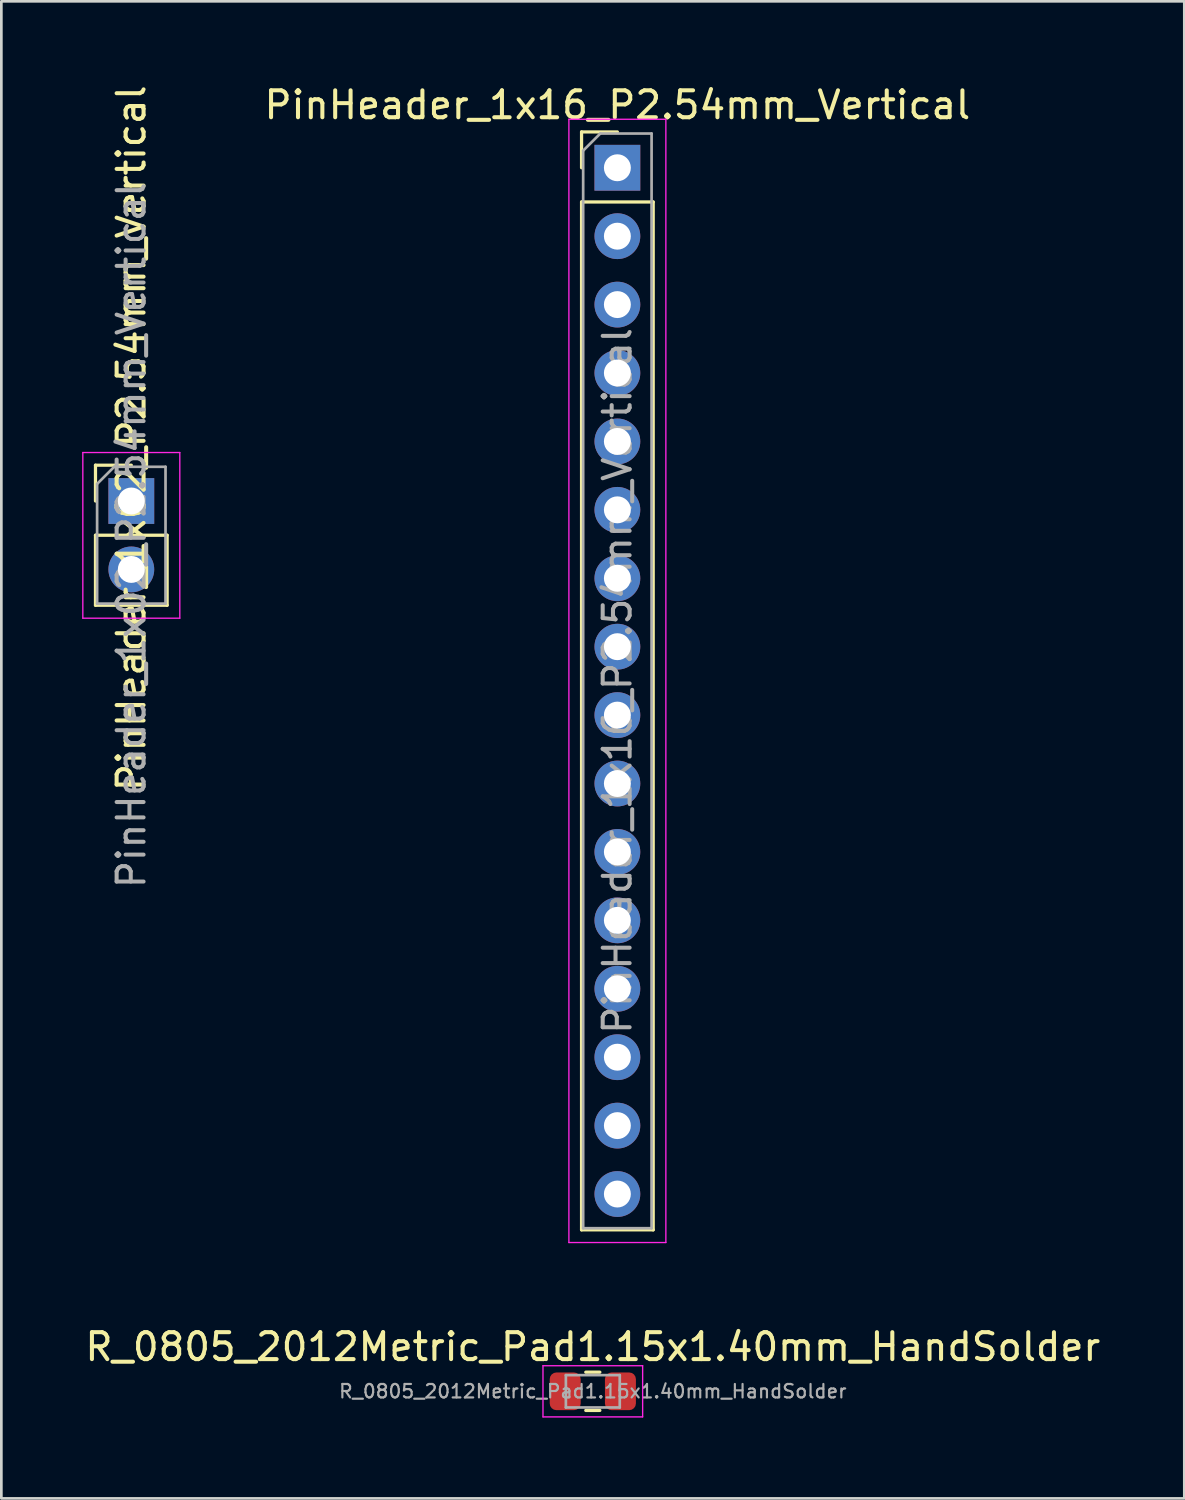
<source format=kicad_pcb>
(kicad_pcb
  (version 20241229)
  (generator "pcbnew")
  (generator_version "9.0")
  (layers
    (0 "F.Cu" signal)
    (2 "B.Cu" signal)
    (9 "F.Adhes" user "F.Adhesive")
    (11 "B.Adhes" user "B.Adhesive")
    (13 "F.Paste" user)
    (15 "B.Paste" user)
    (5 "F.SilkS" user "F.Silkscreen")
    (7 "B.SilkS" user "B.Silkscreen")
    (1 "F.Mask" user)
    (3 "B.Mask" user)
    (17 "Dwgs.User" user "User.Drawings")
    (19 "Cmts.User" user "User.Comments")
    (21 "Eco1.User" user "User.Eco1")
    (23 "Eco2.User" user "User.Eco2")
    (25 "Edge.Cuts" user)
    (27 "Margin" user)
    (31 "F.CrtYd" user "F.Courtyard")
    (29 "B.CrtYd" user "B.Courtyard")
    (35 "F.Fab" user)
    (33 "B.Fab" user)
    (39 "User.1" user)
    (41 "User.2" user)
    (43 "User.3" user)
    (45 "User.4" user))
  (footprint "PinHeader_1x16_P2.54mm_Vertical"
    (layer "F.Cu")
    (at 19.87 3.178)
    (property "Reference" "PinHeader_1x16_P2.54mm_Vertical" (at 0 -2.33 0) (layer "F.SilkS") (effects (font (size 1 1) (thickness 0.15))))
    (attr through_hole)
    (fp_line (start -1.33 -1.33) (end 0 -1.33) (stroke (width 0.12) (type solid)) (layer "F.SilkS"))
    (fp_line (start -1.33 0) (end -1.33 -1.33) (stroke (width 0.12) (type solid)) (layer "F.SilkS"))
    (fp_line (start -1.33 1.27) (end -1.33 39.43) (stroke (width 0.12) (type solid)) (layer "F.SilkS"))
    (fp_line (start -1.33 1.27) (end 1.33 1.27) (stroke (width 0.12) (type solid)) (layer "F.SilkS"))
    (fp_line (start -1.33 39.43) (end 1.33 39.43) (stroke (width 0.12) (type solid)) (layer "F.SilkS"))
    (fp_line (start 1.33 1.27) (end 1.33 39.43) (stroke (width 0.12) (type solid)) (layer "F.SilkS"))
    (fp_line (start -1.8 -1.8) (end -1.8 39.9) (stroke (width 0.05) (type solid)) (layer "F.CrtYd"))
    (fp_line (start -1.8 39.9) (end 1.8 39.9) (stroke (width 0.05) (type solid)) (layer "F.CrtYd"))
    (fp_line (start 1.8 -1.8) (end -1.8 -1.8) (stroke (width 0.05) (type solid)) (layer "F.CrtYd"))
    (fp_line (start 1.8 39.9) (end 1.8 -1.8) (stroke (width 0.05) (type solid)) (layer "F.CrtYd"))
    (fp_line (start -1.27 -0.635) (end -0.635 -1.27) (stroke (width 0.1) (type solid)) (layer "F.Fab"))
    (fp_line (start -1.27 39.37) (end -1.27 -0.635) (stroke (width 0.1) (type solid)) (layer "F.Fab"))
    (fp_line (start -0.635 -1.27) (end 1.27 -1.27) (stroke (width 0.1) (type solid)) (layer "F.Fab"))
    (fp_line (start 1.27 -1.27) (end 1.27 39.37) (stroke (width 0.1) (type solid)) (layer "F.Fab"))
    (fp_line (start 1.27 39.37) (end -1.27 39.37) (stroke (width 0.1) (type solid)) (layer "F.Fab"))
    (fp_text user "${REFERENCE}" (at 0 19.05 90) (layer "F.Fab") (effects (font (size 1 1) (thickness 0.15))))
    (pad "1" thru_hole rect (at 0 0) (size 1.7 1.7) (drill 1) (layers "*.Cu" "*.Mask"))
    (pad "2" thru_hole oval (at 0 2.54) (size 1.7 1.7) (drill 1) (layers "*.Cu" "*.Mask"))
    (pad "3" thru_hole oval (at 0 5.08) (size 1.7 1.7) (drill 1) (layers "*.Cu" "*.Mask"))
    (pad "4" thru_hole oval (at 0 7.62) (size 1.7 1.7) (drill 1) (layers "*.Cu" "*.Mask"))
    (pad "5" thru_hole oval (at 0 10.16) (size 1.7 1.7) (drill 1) (layers "*.Cu" "*.Mask"))
    (pad "6" thru_hole oval (at 0 12.7) (size 1.7 1.7) (drill 1) (layers "*.Cu" "*.Mask"))
    (pad "7" thru_hole oval (at 0 15.24) (size 1.7 1.7) (drill 1) (layers "*.Cu" "*.Mask"))
    (pad "8" thru_hole oval (at 0 17.78) (size 1.7 1.7) (drill 1) (layers "*.Cu" "*.Mask"))
    (pad "9" thru_hole oval (at 0 20.32) (size 1.7 1.7) (drill 1) (layers "*.Cu" "*.Mask"))
    (pad "10" thru_hole oval (at 0 22.86) (size 1.7 1.7) (drill 1) (layers "*.Cu" "*.Mask"))
    (pad "11" thru_hole oval (at 0 25.4) (size 1.7 1.7) (drill 1) (layers "*.Cu" "*.Mask"))
    (pad "12" thru_hole oval (at 0 27.94) (size 1.7 1.7) (drill 1) (layers "*.Cu" "*.Mask"))
    (pad "13" thru_hole oval (at 0 30.48) (size 1.7 1.7) (drill 1) (layers "*.Cu" "*.Mask"))
    (pad "14" thru_hole oval (at 0 33.02) (size 1.7 1.7) (drill 1) (layers "*.Cu" "*.Mask"))
    (pad "15" thru_hole oval (at 0 35.56) (size 1.7 1.7) (drill 1) (layers "*.Cu" "*.Mask"))
    (pad "16" thru_hole oval (at 0 38.1) (size 1.7 1.7) (drill 1) (layers "*.Cu" "*.Mask")))
  (footprint "R_0805_2012Metric_Pad1.15x1.40mm_HandSolder"
    (layer "F.Cu")
    (at 18.958 48.602)
    (property "Reference" "R_0805_2012Metric_Pad1.15x1.40mm_HandSolder" (at 0 -1.65 0) (layer "F.SilkS") (effects (font (size 1 1) (thickness 0.15))))
    (attr smd)
    (fp_line (start -0.261 -0.71) (end 0.261 -0.71) (stroke (width 0.12) (type solid)) (layer "F.SilkS"))
    (fp_line (start -0.261 0.71) (end 0.261 0.71) (stroke (width 0.12) (type solid)) (layer "F.SilkS"))
    (fp_line (start -1.85 -0.95) (end 1.85 -0.95) (stroke (width 0.05) (type solid)) (layer "F.CrtYd"))
    (fp_line (start -1.85 0.95) (end -1.85 -0.95) (stroke (width 0.05) (type solid)) (layer "F.CrtYd"))
    (fp_line (start 1.85 -0.95) (end 1.85 0.95) (stroke (width 0.05) (type solid)) (layer "F.CrtYd"))
    (fp_line (start 1.85 0.95) (end -1.85 0.95) (stroke (width 0.05) (type solid)) (layer "F.CrtYd"))
    (fp_line (start -1 -0.6) (end 1 -0.6) (stroke (width 0.1) (type solid)) (layer "F.Fab"))
    (fp_line (start -1 0.6) (end -1 -0.6) (stroke (width 0.1) (type solid)) (layer "F.Fab"))
    (fp_line (start 1 -0.6) (end 1 0.6) (stroke (width 0.1) (type solid)) (layer "F.Fab"))
    (fp_line (start 1 0.6) (end -1 0.6) (stroke (width 0.1) (type solid)) (layer "F.Fab"))
    (fp_text user "${REFERENCE}" (at 0 0 0) (layer "F.Fab") (effects (font (size 0.5 0.5) (thickness 0.08))))
    (pad "1" smd roundrect (at -1.025 0) (size 1.15 1.4) (layers "F.Cu" "F.Mask" "F.Paste") (roundrect_rratio 0.217))
    (pad "2" smd roundrect (at 1.025 0) (size 1.15 1.4) (layers "F.Cu" "F.Mask" "F.Paste") (roundrect_rratio 0.217)))
  (footprint "PinHeader_1x02_P2.54mm_Vertical"
    (layer "F.Cu")
    (at 1.825 15.55)
    (property "Reference" "PinHeader_1x02_P2.54mm_Vertical" (at 0 -2.33 90) (layer "F.SilkS") (effects (font (size 1 1) (thickness 0.15))))
    (attr through_hole)
    (fp_line (start -1.33 -1.33) (end 0 -1.33) (stroke (width 0.12) (type solid)) (layer "F.SilkS"))
    (fp_line (start -1.33 0) (end -1.33 -1.33) (stroke (width 0.12) (type solid)) (layer "F.SilkS"))
    (fp_line (start -1.33 1.27) (end -1.33 3.87) (stroke (width 0.12) (type solid)) (layer "F.SilkS"))
    (fp_line (start -1.33 1.27) (end 1.33 1.27) (stroke (width 0.12) (type solid)) (layer "F.SilkS"))
    (fp_line (start -1.33 3.87) (end 1.33 3.87) (stroke (width 0.12) (type solid)) (layer "F.SilkS"))
    (fp_line (start 1.33 1.27) (end 1.33 3.87) (stroke (width 0.12) (type solid)) (layer "F.SilkS"))
    (fp_line (start -1.8 -1.8) (end -1.8 4.35) (stroke (width 0.05) (type solid)) (layer "F.CrtYd"))
    (fp_line (start -1.8 4.35) (end 1.8 4.35) (stroke (width 0.05) (type solid)) (layer "F.CrtYd"))
    (fp_line (start 1.8 -1.8) (end -1.8 -1.8) (stroke (width 0.05) (type solid)) (layer "F.CrtYd"))
    (fp_line (start 1.8 4.35) (end 1.8 -1.8) (stroke (width 0.05) (type solid)) (layer "F.CrtYd"))
    (fp_line (start -1.27 -0.635) (end -0.635 -1.27) (stroke (width 0.1) (type solid)) (layer "F.Fab"))
    (fp_line (start -1.27 3.81) (end -1.27 -0.635) (stroke (width 0.1) (type solid)) (layer "F.Fab"))
    (fp_line (start -0.635 -1.27) (end 1.27 -1.27) (stroke (width 0.1) (type solid)) (layer "F.Fab"))
    (fp_line (start 1.27 -1.27) (end 1.27 3.81) (stroke (width 0.1) (type solid)) (layer "F.Fab"))
    (fp_line (start 1.27 3.81) (end -1.27 3.81) (stroke (width 0.1) (type solid)) (layer "F.Fab"))
    (fp_text user "${REFERENCE}" (at 0 1.27 90) (layer "F.Fab") (effects (font (size 1 1) (thickness 0.15))))
    (pad "1" thru_hole rect (at 0 0) (size 1.7 1.7) (drill 1) (layers "*.Cu" "*.Mask"))
    (pad "2" thru_hole oval (at 0 2.54) (size 1.7 1.7) (drill 1) (layers "*.Cu" "*.Mask")))
  (gr_rect
    (start -3 -3)
    (end 40.917 52.577)
    (stroke (width 0.1) (type default))
    (fill no)
    (layer "Edge.Cuts")))
</source>
